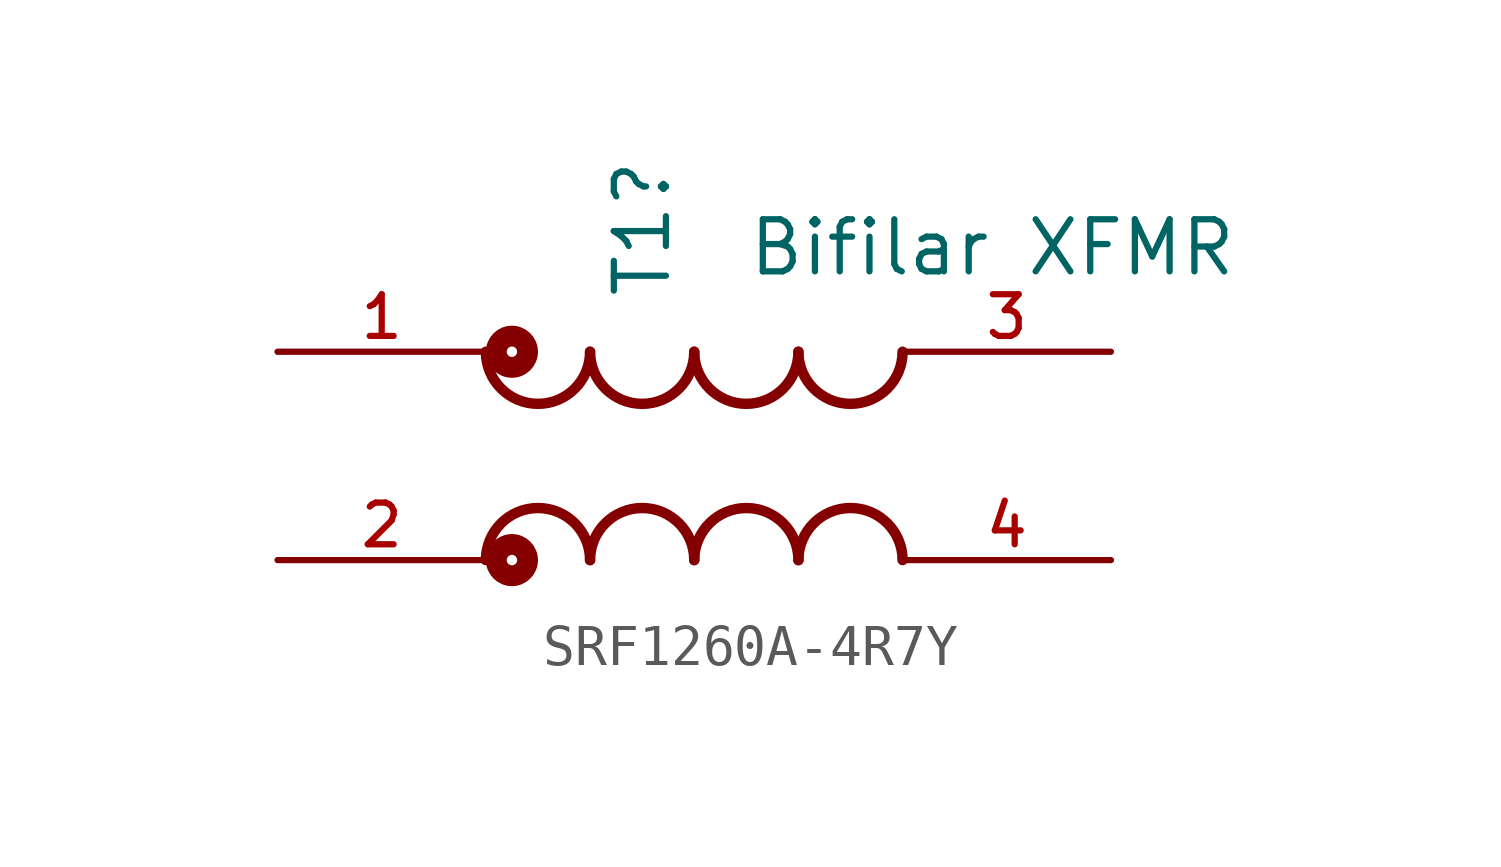
<source format=kicad_sym>
(kicad_symbol_lib
  (version 20231120)
  (generator "kicad_symbol_editor")
  (generator_version "8.0")
  (symbol "SRF1260A-4R7Y"
    (pin_names
      (offset 1.016))
    (property "Reference" "T1"
      (at -1.27 3.81 90)
      (effects (font (size 1.27 1.27)) (justify left)))
    (property "Value" "Bifilar XFMR"
      (at 1.27 5.08 0)
      (effects (font (size 1.27 1.27)) (justify left)))
    (symbol "SRF1260A-4R7Y_0_0"
      (arc (start -5.08 2.54) (mid -3.81 1.2755) (end -2.54 2.54) (stroke (width 0.254) (type default)) (fill (type none)))
      (circle (center -4.445 -2.54) (radius 0.127) (stroke (width 0.508) (type default)) (fill (type none)))
      (circle (center -4.445 2.54) (radius 0.127) (stroke (width 0.508) (type default)) (fill (type none)))
      (arc (start -2.54 -2.54) (mid -3.81 -1.2755) (end -5.08 -2.54) (stroke (width 0.254) (type default)) (fill (type none)))
      (arc (start -2.54 2.54) (mid -1.27 1.2755) (end 0 2.54) (stroke (width 0.254) (type default)) (fill (type none)))
      (arc (start 0 -2.54) (mid -1.27 -1.2755) (end -2.54 -2.54) (stroke (width 0.254) (type default)) (fill (type none)))
      (arc (start 0 2.54) (mid 1.27 1.2755) (end 2.54 2.54) (stroke (width 0.254) (type default)) (fill (type none)))
      (arc (start 2.54 -2.54) (mid 1.27 -1.2755) (end 0 -2.54) (stroke (width 0.254) (type default)) (fill (type none)))
      (arc (start 2.54 2.54) (mid 3.81 1.2755) (end 5.08 2.54) (stroke (width 0.254) (type default)) (fill (type none)))
      (arc (start 5.08 -2.54) (mid 3.81 -1.2755) (end 2.54 -2.54) (stroke (width 0.254) (type default)) (fill (type none)))
      (pin passive line (at -10.16 2.54 0) (length 5.08) (name "~" (effects (font (size 1.016 1.016)))) (number "1" (effects (font (size 1.016 1.016)))))
      (pin passive line (at -10.16 -2.54 0) (length 5.08) (name "~" (effects (font (size 1.016 1.016)))) (number "2" (effects (font (size 1.016 1.016)))))
      (pin passive line (at 10.16 2.54 180) (length 5.08) (name "~" (effects (font (size 1.016 1.016)))) (number "3" (effects (font (size 1.016 1.016)))))
      (pin passive line (at 10.16 -2.54 180) (length 5.08) (name "~" (effects (font (size 1.016 1.016)))) (number "4" (effects (font (size 1.016 1.016))))))))
</source>
